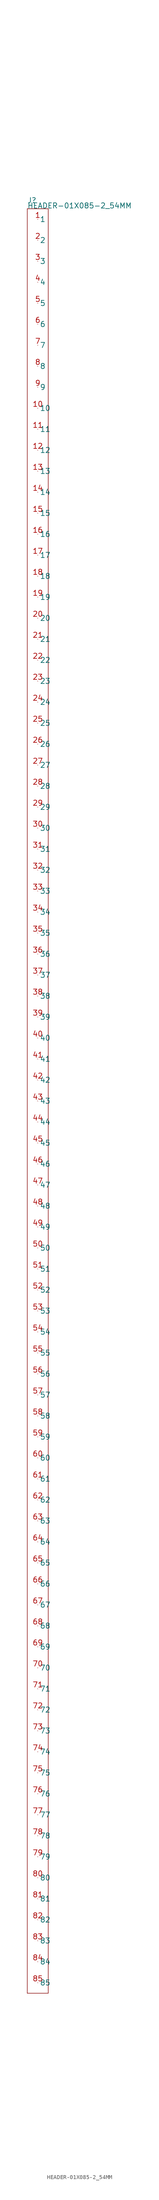
<source format=kicad_sym>
(kicad_symbol_lib
  (version 20211014)
  (generator kicad_symbol_editor)
  (symbol "HEADER-01X085-2_54MM"
    (pin_names)
    (property "Reference" "J"
      (at -2.54 217.17 0)
      (effects (font (size 1.27 1.27)) (justify left bottom)))
    (property "Value" "HEADER-01X085-2_54MM"
      (at -2.54 215.9 0)
      (effects (font (size 1.27 1.27)) (justify left bottom)))
    (property "Datasheet" ""
      (at 0 0 0))
    (property "ki_description" "Header 1x85  - Header Vertical 85POS 2.54MM Technical Specifications: Pitch: 0.1\" (2.54mm) "
      (at 0 0 0))
    (property "ki_fp_filters" "FlashPCB_Connectors:HEADER-THT-01X085-2_54MM FlashPCB_Connectors:HEADER-THT-LONG-01X085-2_54MM FlashPCB_Connectors:HEADER-THT-NOSILK-01X085-2_54MM FlashPCB_Connectors:HEADER-THT-LONG-NOSILK-01X085-2_54MM"
      (at 0 0 0))
    (symbol "HEADER-01X085-2_54MM_1_1"
      (polyline (pts (xy -2.54 215.9) (xy 2.54 215.9)) (stroke (width 0.127)) (fill (type none)))
      (polyline (pts (xy 2.54 215.9) (xy 2.54 -215.9)) (stroke (width 0.127)) (fill (type none)))
      (polyline (pts (xy 2.54 -215.9) (xy -2.54 -215.9)) (stroke (width 0.127)) (fill (type none)))
      (polyline (pts (xy -2.54 -215.9) (xy -2.54 215.9)) (stroke (width 0.127)) (fill (type none)))
      (pin bidirectional line (at 0 213.36 0) (length 0) (name "1" (effects (font (size 1.27 1.27)))) (number "1" (effects (font (size 1.27 1.27)))))
      (pin bidirectional line (at 0 208.28 0) (length 0) (name "2" (effects (font (size 1.27 1.27)))) (number "2" (effects (font (size 1.27 1.27)))))
      (pin bidirectional line (at 0 203.2 0) (length 0) (name "3" (effects (font (size 1.27 1.27)))) (number "3" (effects (font (size 1.27 1.27)))))
      (pin bidirectional line (at 0 198.12 0) (length 0) (name "4" (effects (font (size 1.27 1.27)))) (number "4" (effects (font (size 1.27 1.27)))))
      (pin bidirectional line (at 0 193.04 0) (length 0) (name "5" (effects (font (size 1.27 1.27)))) (number "5" (effects (font (size 1.27 1.27)))))
      (pin bidirectional line (at 0 187.96 0) (length 0) (name "6" (effects (font (size 1.27 1.27)))) (number "6" (effects (font (size 1.27 1.27)))))
      (pin bidirectional line (at 0 182.88 0) (length 0) (name "7" (effects (font (size 1.27 1.27)))) (number "7" (effects (font (size 1.27 1.27)))))
      (pin bidirectional line (at 0 177.8 0) (length 0) (name "8" (effects (font (size 1.27 1.27)))) (number "8" (effects (font (size 1.27 1.27)))))
      (pin bidirectional line (at 0 172.72 0) (length 0) (name "9" (effects (font (size 1.27 1.27)))) (number "9" (effects (font (size 1.27 1.27)))))
      (pin bidirectional line (at 0 167.64 0) (length 0) (name "10" (effects (font (size 1.27 1.27)))) (number "10" (effects (font (size 1.27 1.27)))))
      (pin bidirectional line (at 0 162.56 0) (length 0) (name "11" (effects (font (size 1.27 1.27)))) (number "11" (effects (font (size 1.27 1.27)))))
      (pin bidirectional line (at 0 157.48 0) (length 0) (name "12" (effects (font (size 1.27 1.27)))) (number "12" (effects (font (size 1.27 1.27)))))
      (pin bidirectional line (at 0 152.4 0) (length 0) (name "13" (effects (font (size 1.27 1.27)))) (number "13" (effects (font (size 1.27 1.27)))))
      (pin bidirectional line (at 0 147.32 0) (length 0) (name "14" (effects (font (size 1.27 1.27)))) (number "14" (effects (font (size 1.27 1.27)))))
      (pin bidirectional line (at 0 142.24 0) (length 0) (name "15" (effects (font (size 1.27 1.27)))) (number "15" (effects (font (size 1.27 1.27)))))
      (pin bidirectional line (at 0 137.16 0) (length 0) (name "16" (effects (font (size 1.27 1.27)))) (number "16" (effects (font (size 1.27 1.27)))))
      (pin bidirectional line (at 0 132.08 0) (length 0) (name "17" (effects (font (size 1.27 1.27)))) (number "17" (effects (font (size 1.27 1.27)))))
      (pin bidirectional line (at 0 127 0) (length 0) (name "18" (effects (font (size 1.27 1.27)))) (number "18" (effects (font (size 1.27 1.27)))))
      (pin bidirectional line (at 0 121.92 0) (length 0) (name "19" (effects (font (size 1.27 1.27)))) (number "19" (effects (font (size 1.27 1.27)))))
      (pin bidirectional line (at 0 116.84 0) (length 0) (name "20" (effects (font (size 1.27 1.27)))) (number "20" (effects (font (size 1.27 1.27)))))
      (pin bidirectional line (at 0 111.76 0) (length 0) (name "21" (effects (font (size 1.27 1.27)))) (number "21" (effects (font (size 1.27 1.27)))))
      (pin bidirectional line (at 0 106.68 0) (length 0) (name "22" (effects (font (size 1.27 1.27)))) (number "22" (effects (font (size 1.27 1.27)))))
      (pin bidirectional line (at 0 101.6 0) (length 0) (name "23" (effects (font (size 1.27 1.27)))) (number "23" (effects (font (size 1.27 1.27)))))
      (pin bidirectional line (at 0 96.52 0) (length 0) (name "24" (effects (font (size 1.27 1.27)))) (number "24" (effects (font (size 1.27 1.27)))))
      (pin bidirectional line (at 0 91.44 0) (length 0) (name "25" (effects (font (size 1.27 1.27)))) (number "25" (effects (font (size 1.27 1.27)))))
      (pin bidirectional line (at 0 86.36 0) (length 0) (name "26" (effects (font (size 1.27 1.27)))) (number "26" (effects (font (size 1.27 1.27)))))
      (pin bidirectional line (at 0 81.28 0) (length 0) (name "27" (effects (font (size 1.27 1.27)))) (number "27" (effects (font (size 1.27 1.27)))))
      (pin bidirectional line (at 0 76.2 0) (length 0) (name "28" (effects (font (size 1.27 1.27)))) (number "28" (effects (font (size 1.27 1.27)))))
      (pin bidirectional line (at 0 71.12 0) (length 0) (name "29" (effects (font (size 1.27 1.27)))) (number "29" (effects (font (size 1.27 1.27)))))
      (pin bidirectional line (at 0 66.04 0) (length 0) (name "30" (effects (font (size 1.27 1.27)))) (number "30" (effects (font (size 1.27 1.27)))))
      (pin bidirectional line (at 0 60.96 0) (length 0) (name "31" (effects (font (size 1.27 1.27)))) (number "31" (effects (font (size 1.27 1.27)))))
      (pin bidirectional line (at 0 55.88 0) (length 0) (name "32" (effects (font (size 1.27 1.27)))) (number "32" (effects (font (size 1.27 1.27)))))
      (pin bidirectional line (at 0 50.8 0) (length 0) (name "33" (effects (font (size 1.27 1.27)))) (number "33" (effects (font (size 1.27 1.27)))))
      (pin bidirectional line (at 0 45.72 0) (length 0) (name "34" (effects (font (size 1.27 1.27)))) (number "34" (effects (font (size 1.27 1.27)))))
      (pin bidirectional line (at 0 40.64 0) (length 0) (name "35" (effects (font (size 1.27 1.27)))) (number "35" (effects (font (size 1.27 1.27)))))
      (pin bidirectional line (at 0 35.56 0) (length 0) (name "36" (effects (font (size 1.27 1.27)))) (number "36" (effects (font (size 1.27 1.27)))))
      (pin bidirectional line (at 0 30.48 0) (length 0) (name "37" (effects (font (size 1.27 1.27)))) (number "37" (effects (font (size 1.27 1.27)))))
      (pin bidirectional line (at 0 25.4 0) (length 0) (name "38" (effects (font (size 1.27 1.27)))) (number "38" (effects (font (size 1.27 1.27)))))
      (pin bidirectional line (at 0 20.32 0) (length 0) (name "39" (effects (font (size 1.27 1.27)))) (number "39" (effects (font (size 1.27 1.27)))))
      (pin bidirectional line (at 0 15.24 0) (length 0) (name "40" (effects (font (size 1.27 1.27)))) (number "40" (effects (font (size 1.27 1.27)))))
      (pin bidirectional line (at 0 10.16 0) (length 0) (name "41" (effects (font (size 1.27 1.27)))) (number "41" (effects (font (size 1.27 1.27)))))
      (pin bidirectional line (at 0 5.08 0) (length 0) (name "42" (effects (font (size 1.27 1.27)))) (number "42" (effects (font (size 1.27 1.27)))))
      (pin bidirectional line (at 0 0 0) (length 0) (name "43" (effects (font (size 1.27 1.27)))) (number "43" (effects (font (size 1.27 1.27)))))
      (pin bidirectional line (at 0 -5.08 0) (length 0) (name "44" (effects (font (size 1.27 1.27)))) (number "44" (effects (font (size 1.27 1.27)))))
      (pin bidirectional line (at 0 -10.16 0) (length 0) (name "45" (effects (font (size 1.27 1.27)))) (number "45" (effects (font (size 1.27 1.27)))))
      (pin bidirectional line (at 0 -15.24 0) (length 0) (name "46" (effects (font (size 1.27 1.27)))) (number "46" (effects (font (size 1.27 1.27)))))
      (pin bidirectional line (at 0 -20.32 0) (length 0) (name "47" (effects (font (size 1.27 1.27)))) (number "47" (effects (font (size 1.27 1.27)))))
      (pin bidirectional line (at 0 -25.4 0) (length 0) (name "48" (effects (font (size 1.27 1.27)))) (number "48" (effects (font (size 1.27 1.27)))))
      (pin bidirectional line (at 0 -30.48 0) (length 0) (name "49" (effects (font (size 1.27 1.27)))) (number "49" (effects (font (size 1.27 1.27)))))
      (pin bidirectional line (at 0 -35.56 0) (length 0) (name "50" (effects (font (size 1.27 1.27)))) (number "50" (effects (font (size 1.27 1.27)))))
      (pin bidirectional line (at 0 -40.64 0) (length 0) (name "51" (effects (font (size 1.27 1.27)))) (number "51" (effects (font (size 1.27 1.27)))))
      (pin bidirectional line (at 0 -45.72 0) (length 0) (name "52" (effects (font (size 1.27 1.27)))) (number "52" (effects (font (size 1.27 1.27)))))
      (pin bidirectional line (at 0 -50.8 0) (length 0) (name "53" (effects (font (size 1.27 1.27)))) (number "53" (effects (font (size 1.27 1.27)))))
      (pin bidirectional line (at 0 -55.88 0) (length 0) (name "54" (effects (font (size 1.27 1.27)))) (number "54" (effects (font (size 1.27 1.27)))))
      (pin bidirectional line (at 0 -60.96 0) (length 0) (name "55" (effects (font (size 1.27 1.27)))) (number "55" (effects (font (size 1.27 1.27)))))
      (pin bidirectional line (at 0 -66.04 0) (length 0) (name "56" (effects (font (size 1.27 1.27)))) (number "56" (effects (font (size 1.27 1.27)))))
      (pin bidirectional line (at 0 -71.12 0) (length 0) (name "57" (effects (font (size 1.27 1.27)))) (number "57" (effects (font (size 1.27 1.27)))))
      (pin bidirectional line (at 0 -76.2 0) (length 0) (name "58" (effects (font (size 1.27 1.27)))) (number "58" (effects (font (size 1.27 1.27)))))
      (pin bidirectional line (at 0 -81.28 0) (length 0) (name "59" (effects (font (size 1.27 1.27)))) (number "59" (effects (font (size 1.27 1.27)))))
      (pin bidirectional line (at 0 -86.36 0) (length 0) (name "60" (effects (font (size 1.27 1.27)))) (number "60" (effects (font (size 1.27 1.27)))))
      (pin bidirectional line (at 0 -91.44 0) (length 0) (name "61" (effects (font (size 1.27 1.27)))) (number "61" (effects (font (size 1.27 1.27)))))
      (pin bidirectional line (at 0 -96.52 0) (length 0) (name "62" (effects (font (size 1.27 1.27)))) (number "62" (effects (font (size 1.27 1.27)))))
      (pin bidirectional line (at 0 -101.6 0) (length 0) (name "63" (effects (font (size 1.27 1.27)))) (number "63" (effects (font (size 1.27 1.27)))))
      (pin bidirectional line (at 0 -106.68 0) (length 0) (name "64" (effects (font (size 1.27 1.27)))) (number "64" (effects (font (size 1.27 1.27)))))
      (pin bidirectional line (at 0 -111.76 0) (length 0) (name "65" (effects (font (size 1.27 1.27)))) (number "65" (effects (font (size 1.27 1.27)))))
      (pin bidirectional line (at 0 -116.84 0) (length 0) (name "66" (effects (font (size 1.27 1.27)))) (number "66" (effects (font (size 1.27 1.27)))))
      (pin bidirectional line (at 0 -121.92 0) (length 0) (name "67" (effects (font (size 1.27 1.27)))) (number "67" (effects (font (size 1.27 1.27)))))
      (pin bidirectional line (at 0 -127 0) (length 0) (name "68" (effects (font (size 1.27 1.27)))) (number "68" (effects (font (size 1.27 1.27)))))
      (pin bidirectional line (at 0 -132.08 0) (length 0) (name "69" (effects (font (size 1.27 1.27)))) (number "69" (effects (font (size 1.27 1.27)))))
      (pin bidirectional line (at 0 -137.16 0) (length 0) (name "70" (effects (font (size 1.27 1.27)))) (number "70" (effects (font (size 1.27 1.27)))))
      (pin bidirectional line (at 0 -142.24 0) (length 0) (name "71" (effects (font (size 1.27 1.27)))) (number "71" (effects (font (size 1.27 1.27)))))
      (pin bidirectional line (at 0 -147.32 0) (length 0) (name "72" (effects (font (size 1.27 1.27)))) (number "72" (effects (font (size 1.27 1.27)))))
      (pin bidirectional line (at 0 -152.4 0) (length 0) (name "73" (effects (font (size 1.27 1.27)))) (number "73" (effects (font (size 1.27 1.27)))))
      (pin bidirectional line (at 0 -157.48 0) (length 0) (name "74" (effects (font (size 1.27 1.27)))) (number "74" (effects (font (size 1.27 1.27)))))
      (pin bidirectional line (at 0 -162.56 0) (length 0) (name "75" (effects (font (size 1.27 1.27)))) (number "75" (effects (font (size 1.27 1.27)))))
      (pin bidirectional line (at 0 -167.64 0) (length 0) (name "76" (effects (font (size 1.27 1.27)))) (number "76" (effects (font (size 1.27 1.27)))))
      (pin bidirectional line (at 0 -172.72 0) (length 0) (name "77" (effects (font (size 1.27 1.27)))) (number "77" (effects (font (size 1.27 1.27)))))
      (pin bidirectional line (at 0 -177.8 0) (length 0) (name "78" (effects (font (size 1.27 1.27)))) (number "78" (effects (font (size 1.27 1.27)))))
      (pin bidirectional line (at 0 -182.88 0) (length 0) (name "79" (effects (font (size 1.27 1.27)))) (number "79" (effects (font (size 1.27 1.27)))))
      (pin bidirectional line (at 0 -187.96 0) (length 0) (name "80" (effects (font (size 1.27 1.27)))) (number "80" (effects (font (size 1.27 1.27)))))
      (pin bidirectional line (at 0 -193.04 0) (length 0) (name "81" (effects (font (size 1.27 1.27)))) (number "81" (effects (font (size 1.27 1.27)))))
      (pin bidirectional line (at 0 -198.12 0) (length 0) (name "82" (effects (font (size 1.27 1.27)))) (number "82" (effects (font (size 1.27 1.27)))))
      (pin bidirectional line (at 0 -203.2 0) (length 0) (name "83" (effects (font (size 1.27 1.27)))) (number "83" (effects (font (size 1.27 1.27)))))
      (pin bidirectional line (at 0 -208.28 0) (length 0) (name "84" (effects (font (size 1.27 1.27)))) (number "84" (effects (font (size 1.27 1.27)))))
      (pin bidirectional line (at 0 -213.36 0) (length 0) (name "85" (effects (font (size 1.27 1.27)))) (number "85" (effects (font (size 1.27 1.27))))))))
</source>
